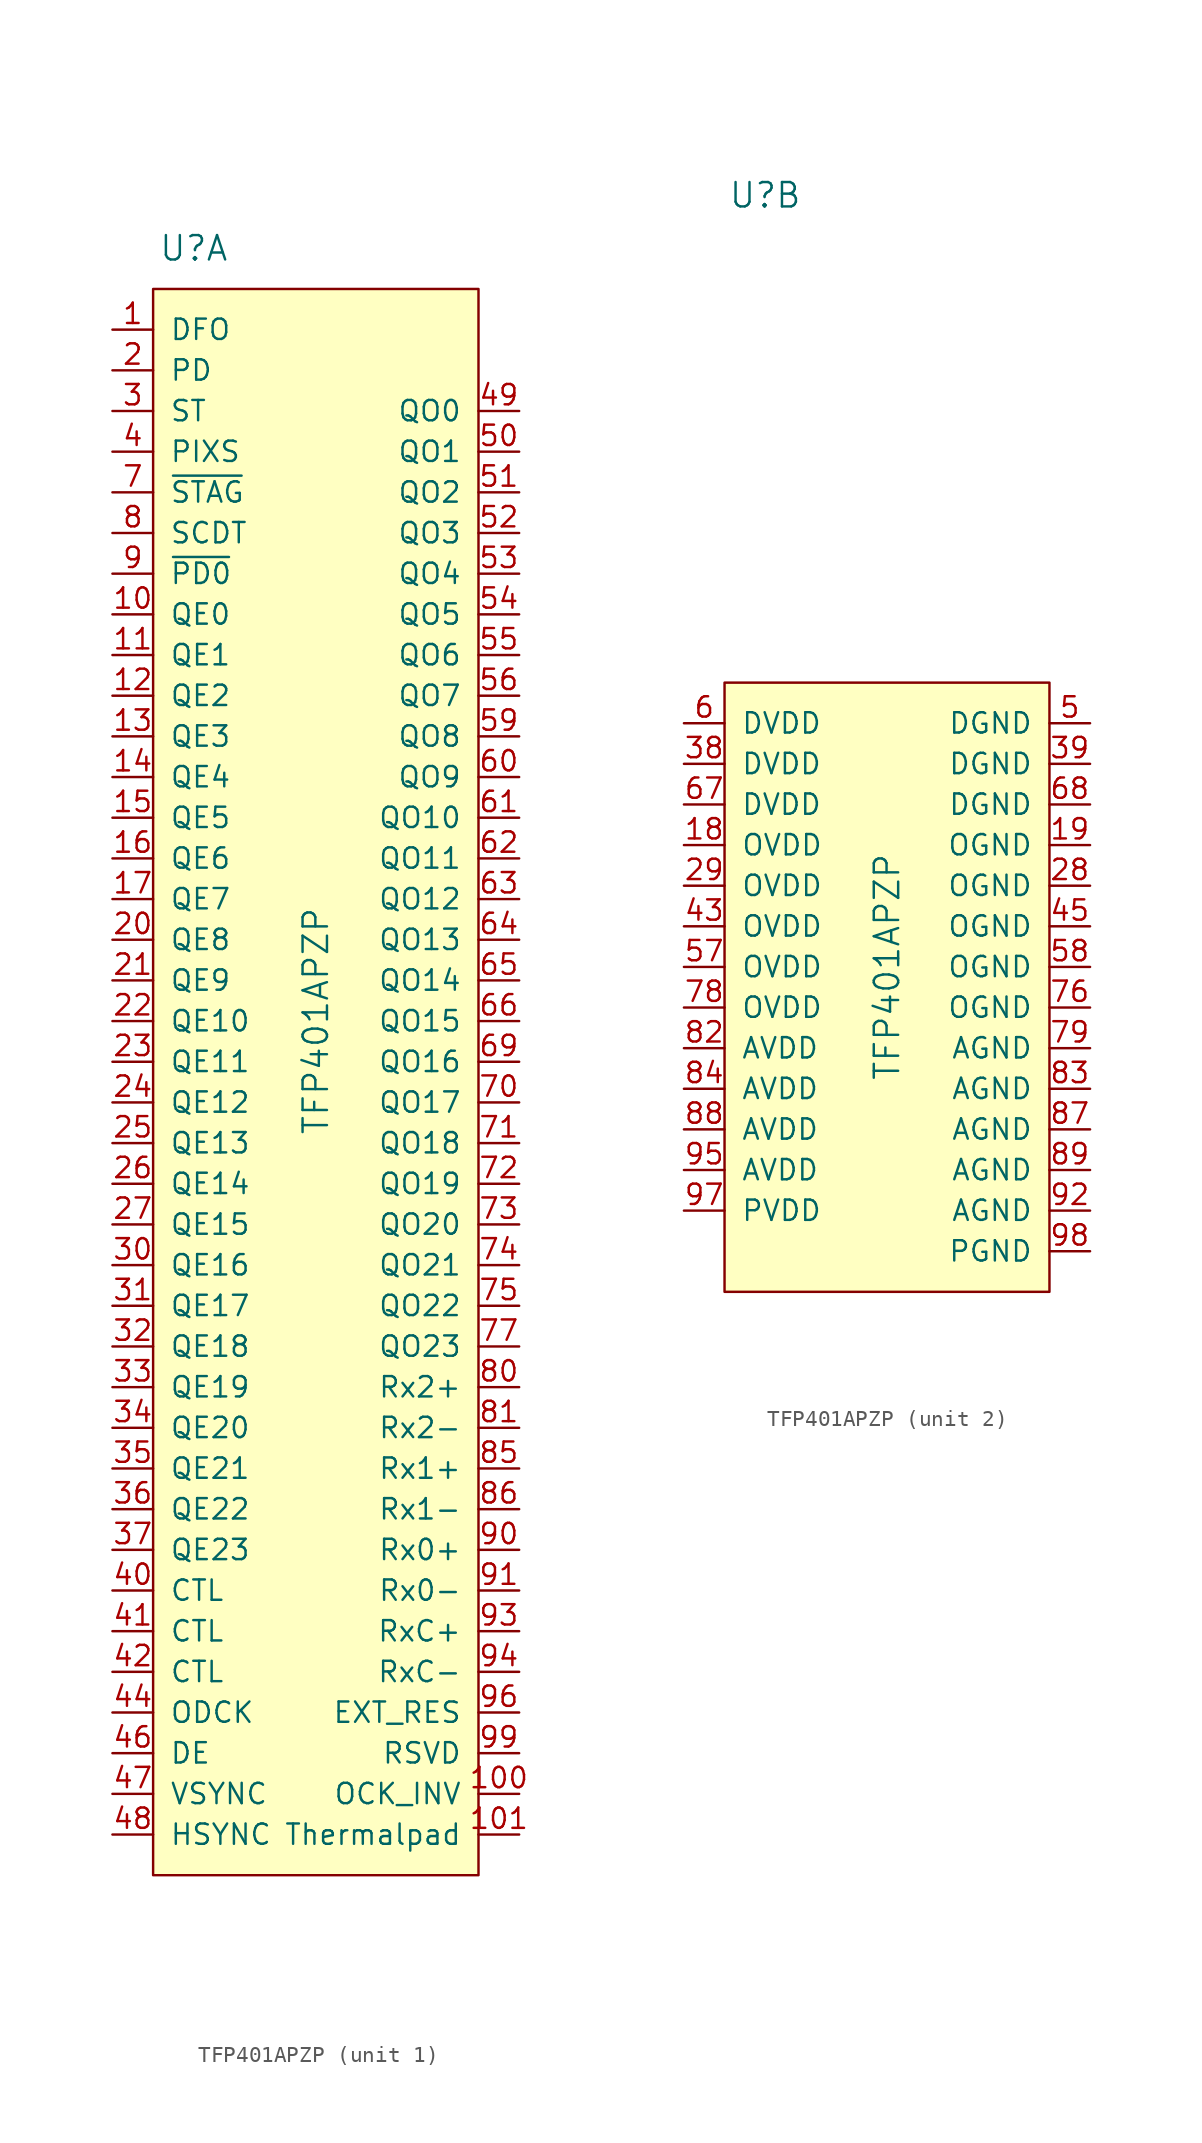
<source format=kicad_sym>
(kicad_symbol_lib
  (version 20201005)
  (generator kicad_symbol_editor)
  (symbol "TFP401APZP"
    (pin_names
      (offset 1.016))
    (property "Reference" "U"
      (at -10.16 48.26 0)
      (effects (font (size 1.524 1.524))))
    (property "Value" "TFP401APZP"
      (at -2.54 0 90)
      (effects (font (size 1.524 1.524))))
    (property "ki_locked" ""
      (at 0 0 0)
      (effects (font (size 1.27 1.27))))
    (symbol "TFP401APZP_1_1"
      (rectangle (start -12.7 45.72) (end 7.62 -53.34) (stroke (width 0)) (fill (type background)))
      (pin input line (at -15.24 43.18 0) (length 2.54) (name "DFO" (effects (font (size 1.27 1.27)))) (number "1" (effects (font (size 1.27 1.27)))))
      (pin input line (at -15.24 40.64 0) (length 2.54) (name "PD" (effects (font (size 1.27 1.27)))) (number "2" (effects (font (size 1.27 1.27)))))
      (pin output line (at -15.24 38.1 0) (length 2.54) (name "ST" (effects (font (size 1.27 1.27)))) (number "3" (effects (font (size 1.27 1.27)))))
      (pin input line (at -15.24 35.56 0) (length 2.54) (name "PIXS" (effects (font (size 1.27 1.27)))) (number "4" (effects (font (size 1.27 1.27)))))
      (pin input line (at -15.24 33.02 0) (length 2.54) (name "~STAG" (effects (font (size 1.27 1.27)))) (number "7" (effects (font (size 1.27 1.27)))))
      (pin output line (at -15.24 30.48 0) (length 2.54) (name "SCDT" (effects (font (size 1.27 1.27)))) (number "8" (effects (font (size 1.27 1.27)))))
      (pin input line (at -15.24 27.94 0) (length 2.54) (name "~PD0" (effects (font (size 1.27 1.27)))) (number "9" (effects (font (size 1.27 1.27)))))
      (pin output line (at -15.24 25.4 0) (length 2.54) (name "QE0" (effects (font (size 1.27 1.27)))) (number "10" (effects (font (size 1.27 1.27)))))
      (pin output line (at -15.24 5.08 0) (length 2.54) (name "QE8" (effects (font (size 1.27 1.27)))) (number "20" (effects (font (size 1.27 1.27)))))
      (pin output line (at -15.24 -15.24 0) (length 2.54) (name "QE16" (effects (font (size 1.27 1.27)))) (number "30" (effects (font (size 1.27 1.27)))))
      (pin output line (at -15.24 -35.56 0) (length 2.54) (name "CTL" (effects (font (size 1.27 1.27)))) (number "40" (effects (font (size 1.27 1.27)))))
      (pin output line (at 10.16 35.56 180) (length 2.54) (name "QO1" (effects (font (size 1.27 1.27)))) (number "50" (effects (font (size 1.27 1.27)))))
      (pin output line (at 10.16 15.24 180) (length 2.54) (name "QO9" (effects (font (size 1.27 1.27)))) (number "60" (effects (font (size 1.27 1.27)))))
      (pin output line (at 10.16 -5.08 180) (length 2.54) (name "QO17" (effects (font (size 1.27 1.27)))) (number "70" (effects (font (size 1.27 1.27)))))
      (pin input line (at 10.16 -22.86 180) (length 2.54) (name "Rx2+" (effects (font (size 1.27 1.27)))) (number "80" (effects (font (size 1.27 1.27)))))
      (pin input line (at 10.16 -33.02 180) (length 2.54) (name "Rx0+" (effects (font (size 1.27 1.27)))) (number "90" (effects (font (size 1.27 1.27)))))
      (pin output line (at -15.24 22.86 0) (length 2.54) (name "QE1" (effects (font (size 1.27 1.27)))) (number "11" (effects (font (size 1.27 1.27)))))
      (pin output line (at -15.24 2.54 0) (length 2.54) (name "QE9" (effects (font (size 1.27 1.27)))) (number "21" (effects (font (size 1.27 1.27)))))
      (pin output line (at -15.24 -17.78 0) (length 2.54) (name "QE17" (effects (font (size 1.27 1.27)))) (number "31" (effects (font (size 1.27 1.27)))))
      (pin output line (at -15.24 -38.1 0) (length 2.54) (name "CTL" (effects (font (size 1.27 1.27)))) (number "41" (effects (font (size 1.27 1.27)))))
      (pin output line (at 10.16 33.02 180) (length 2.54) (name "QO2" (effects (font (size 1.27 1.27)))) (number "51" (effects (font (size 1.27 1.27)))))
      (pin output line (at 10.16 12.7 180) (length 2.54) (name "QO10" (effects (font (size 1.27 1.27)))) (number "61" (effects (font (size 1.27 1.27)))))
      (pin output line (at 10.16 -7.62 180) (length 2.54) (name "QO18" (effects (font (size 1.27 1.27)))) (number "71" (effects (font (size 1.27 1.27)))))
      (pin input line (at 10.16 -25.4 180) (length 2.54) (name "Rx2-" (effects (font (size 1.27 1.27)))) (number "81" (effects (font (size 1.27 1.27)))))
      (pin input line (at 10.16 -35.56 180) (length 2.54) (name "Rx0-" (effects (font (size 1.27 1.27)))) (number "91" (effects (font (size 1.27 1.27)))))
      (pin output line (at -15.24 20.32 0) (length 2.54) (name "QE2" (effects (font (size 1.27 1.27)))) (number "12" (effects (font (size 1.27 1.27)))))
      (pin output line (at -15.24 0 0) (length 2.54) (name "QE10" (effects (font (size 1.27 1.27)))) (number "22" (effects (font (size 1.27 1.27)))))
      (pin output line (at -15.24 -20.32 0) (length 2.54) (name "QE18" (effects (font (size 1.27 1.27)))) (number "32" (effects (font (size 1.27 1.27)))))
      (pin output line (at -15.24 -40.64 0) (length 2.54) (name "CTL" (effects (font (size 1.27 1.27)))) (number "42" (effects (font (size 1.27 1.27)))))
      (pin output line (at 10.16 30.48 180) (length 2.54) (name "QO3" (effects (font (size 1.27 1.27)))) (number "52" (effects (font (size 1.27 1.27)))))
      (pin output line (at 10.16 10.16 180) (length 2.54) (name "QO11" (effects (font (size 1.27 1.27)))) (number "62" (effects (font (size 1.27 1.27)))))
      (pin output line (at 10.16 -10.16 180) (length 2.54) (name "QO19" (effects (font (size 1.27 1.27)))) (number "72" (effects (font (size 1.27 1.27)))))
      (pin output line (at -15.24 17.78 0) (length 2.54) (name "QE3" (effects (font (size 1.27 1.27)))) (number "13" (effects (font (size 1.27 1.27)))))
      (pin output line (at -15.24 -2.54 0) (length 2.54) (name "QE11" (effects (font (size 1.27 1.27)))) (number "23" (effects (font (size 1.27 1.27)))))
      (pin output line (at -15.24 -22.86 0) (length 2.54) (name "QE19" (effects (font (size 1.27 1.27)))) (number "33" (effects (font (size 1.27 1.27)))))
      (pin output line (at 10.16 27.94 180) (length 2.54) (name "QO4" (effects (font (size 1.27 1.27)))) (number "53" (effects (font (size 1.27 1.27)))))
      (pin output line (at 10.16 7.62 180) (length 2.54) (name "QO12" (effects (font (size 1.27 1.27)))) (number "63" (effects (font (size 1.27 1.27)))))
      (pin output line (at 10.16 -12.7 180) (length 2.54) (name "QO20" (effects (font (size 1.27 1.27)))) (number "73" (effects (font (size 1.27 1.27)))))
      (pin input line (at 10.16 -38.1 180) (length 2.54) (name "RxC+" (effects (font (size 1.27 1.27)))) (number "93" (effects (font (size 1.27 1.27)))))
      (pin output line (at -15.24 15.24 0) (length 2.54) (name "QE4" (effects (font (size 1.27 1.27)))) (number "14" (effects (font (size 1.27 1.27)))))
      (pin output line (at -15.24 -5.08 0) (length 2.54) (name "QE12" (effects (font (size 1.27 1.27)))) (number "24" (effects (font (size 1.27 1.27)))))
      (pin output line (at -15.24 -25.4 0) (length 2.54) (name "QE20" (effects (font (size 1.27 1.27)))) (number "34" (effects (font (size 1.27 1.27)))))
      (pin output line (at -15.24 -43.18 0) (length 2.54) (name "ODCK" (effects (font (size 1.27 1.27)))) (number "44" (effects (font (size 1.27 1.27)))))
      (pin output line (at 10.16 25.4 180) (length 2.54) (name "QO5" (effects (font (size 1.27 1.27)))) (number "54" (effects (font (size 1.27 1.27)))))
      (pin output line (at 10.16 5.08 180) (length 2.54) (name "QO13" (effects (font (size 1.27 1.27)))) (number "64" (effects (font (size 1.27 1.27)))))
      (pin output line (at 10.16 -15.24 180) (length 2.54) (name "QO21" (effects (font (size 1.27 1.27)))) (number "74" (effects (font (size 1.27 1.27)))))
      (pin input line (at 10.16 -40.64 180) (length 2.54) (name "RxC-" (effects (font (size 1.27 1.27)))) (number "94" (effects (font (size 1.27 1.27)))))
      (pin output line (at -15.24 12.7 0) (length 2.54) (name "QE5" (effects (font (size 1.27 1.27)))) (number "15" (effects (font (size 1.27 1.27)))))
      (pin output line (at -15.24 -7.62 0) (length 2.54) (name "QE13" (effects (font (size 1.27 1.27)))) (number "25" (effects (font (size 1.27 1.27)))))
      (pin output line (at -15.24 -27.94 0) (length 2.54) (name "QE21" (effects (font (size 1.27 1.27)))) (number "35" (effects (font (size 1.27 1.27)))))
      (pin output line (at 10.16 22.86 180) (length 2.54) (name "QO6" (effects (font (size 1.27 1.27)))) (number "55" (effects (font (size 1.27 1.27)))))
      (pin output line (at 10.16 2.54 180) (length 2.54) (name "QO14" (effects (font (size 1.27 1.27)))) (number "65" (effects (font (size 1.27 1.27)))))
      (pin output line (at 10.16 -17.78 180) (length 2.54) (name "QO22" (effects (font (size 1.27 1.27)))) (number "75" (effects (font (size 1.27 1.27)))))
      (pin input line (at 10.16 -27.94 180) (length 2.54) (name "Rx1+" (effects (font (size 1.27 1.27)))) (number "85" (effects (font (size 1.27 1.27)))))
      (pin output line (at -15.24 10.16 0) (length 2.54) (name "QE6" (effects (font (size 1.27 1.27)))) (number "16" (effects (font (size 1.27 1.27)))))
      (pin output line (at -15.24 -10.16 0) (length 2.54) (name "QE14" (effects (font (size 1.27 1.27)))) (number "26" (effects (font (size 1.27 1.27)))))
      (pin output line (at -15.24 -30.48 0) (length 2.54) (name "QE22" (effects (font (size 1.27 1.27)))) (number "36" (effects (font (size 1.27 1.27)))))
      (pin output line (at -15.24 -45.72 0) (length 2.54) (name "DE" (effects (font (size 1.27 1.27)))) (number "46" (effects (font (size 1.27 1.27)))))
      (pin output line (at 10.16 20.32 180) (length 2.54) (name "QO7" (effects (font (size 1.27 1.27)))) (number "56" (effects (font (size 1.27 1.27)))))
      (pin output line (at 10.16 0 180) (length 2.54) (name "QO15" (effects (font (size 1.27 1.27)))) (number "66" (effects (font (size 1.27 1.27)))))
      (pin input line (at 10.16 -30.48 180) (length 2.54) (name "Rx1-" (effects (font (size 1.27 1.27)))) (number "86" (effects (font (size 1.27 1.27)))))
      (pin passive line (at 10.16 -43.18 180) (length 2.54) (name "EXT_RES" (effects (font (size 1.27 1.27)))) (number "96" (effects (font (size 1.27 1.27)))))
      (pin output line (at -15.24 7.62 0) (length 2.54) (name "QE7" (effects (font (size 1.27 1.27)))) (number "17" (effects (font (size 1.27 1.27)))))
      (pin output line (at -15.24 -12.7 0) (length 2.54) (name "QE15" (effects (font (size 1.27 1.27)))) (number "27" (effects (font (size 1.27 1.27)))))
      (pin output line (at -15.24 -33.02 0) (length 2.54) (name "QE23" (effects (font (size 1.27 1.27)))) (number "37" (effects (font (size 1.27 1.27)))))
      (pin output line (at -15.24 -48.26 0) (length 2.54) (name "VSYNC" (effects (font (size 1.27 1.27)))) (number "47" (effects (font (size 1.27 1.27)))))
      (pin output line (at 10.16 -20.32 180) (length 2.54) (name "QO23" (effects (font (size 1.27 1.27)))) (number "77" (effects (font (size 1.27 1.27)))))
      (pin output line (at -15.24 -50.8 0) (length 2.54) (name "HSYNC" (effects (font (size 1.27 1.27)))) (number "48" (effects (font (size 1.27 1.27)))))
      (pin output line (at 10.16 38.1 180) (length 2.54) (name "QO0" (effects (font (size 1.27 1.27)))) (number "49" (effects (font (size 1.27 1.27)))))
      (pin output line (at 10.16 17.78 180) (length 2.54) (name "QO8" (effects (font (size 1.27 1.27)))) (number "59" (effects (font (size 1.27 1.27)))))
      (pin output line (at 10.16 -2.54 180) (length 2.54) (name "QO16" (effects (font (size 1.27 1.27)))) (number "69" (effects (font (size 1.27 1.27)))))
      (pin input line (at 10.16 -45.72 180) (length 2.54) (name "RSVD" (effects (font (size 1.27 1.27)))) (number "99" (effects (font (size 1.27 1.27)))))
      (pin input line (at 10.16 -48.26 180) (length 2.54) (name "OCK_INV" (effects (font (size 1.27 1.27)))) (number "100" (effects (font (size 1.27 1.27)))))
      (pin passive line (at 10.16 -50.8 180) (length 2.54) (name "Thermalpad" (effects (font (size 1.27 1.27)))) (number "101" (effects (font (size 1.27 1.27))))))
    (symbol "TFP401APZP_2_1"
      (rectangle (start -12.7 17.78) (end 7.62 -20.32) (stroke (width 0)) (fill (type background)))
      (pin power_in line (at 10.16 15.24 180) (length 2.54) (name "DGND" (effects (font (size 1.27 1.27)))) (number "5" (effects (font (size 1.27 1.27)))))
      (pin power_in line (at -15.24 15.24 0) (length 2.54) (name "DVDD" (effects (font (size 1.27 1.27)))) (number "6" (effects (font (size 1.27 1.27)))))
      (pin power_in line (at -15.24 -5.08 0) (length 2.54) (name "AVDD" (effects (font (size 1.27 1.27)))) (number "82" (effects (font (size 1.27 1.27)))))
      (pin power_in line (at 10.16 -15.24 180) (length 2.54) (name "AGND" (effects (font (size 1.27 1.27)))) (number "92" (effects (font (size 1.27 1.27)))))
      (pin power_in line (at -15.24 2.54 0) (length 2.54) (name "OVDD" (effects (font (size 1.27 1.27)))) (number "43" (effects (font (size 1.27 1.27)))))
      (pin power_in line (at 10.16 -7.62 180) (length 2.54) (name "AGND" (effects (font (size 1.27 1.27)))) (number "83" (effects (font (size 1.27 1.27)))))
      (pin power_in line (at -15.24 -7.62 0) (length 2.54) (name "AVDD" (effects (font (size 1.27 1.27)))) (number "84" (effects (font (size 1.27 1.27)))))
      (pin power_in line (at 10.16 2.54 180) (length 2.54) (name "OGND" (effects (font (size 1.27 1.27)))) (number "45" (effects (font (size 1.27 1.27)))))
      (pin power_in line (at -15.24 -12.7 0) (length 2.54) (name "AVDD" (effects (font (size 1.27 1.27)))) (number "95" (effects (font (size 1.27 1.27)))))
      (pin power_in line (at 10.16 -2.54 180) (length 2.54) (name "OGND" (effects (font (size 1.27 1.27)))) (number "76" (effects (font (size 1.27 1.27)))))
      (pin power_in line (at -15.24 0 0) (length 2.54) (name "OVDD" (effects (font (size 1.27 1.27)))) (number "57" (effects (font (size 1.27 1.27)))))
      (pin power_in line (at -15.24 10.16 0) (length 2.54) (name "DVDD" (effects (font (size 1.27 1.27)))) (number "67" (effects (font (size 1.27 1.27)))))
      (pin power_in line (at 10.16 -10.16 180) (length 2.54) (name "AGND" (effects (font (size 1.27 1.27)))) (number "87" (effects (font (size 1.27 1.27)))))
      (pin power_in line (at -15.24 -15.24 0) (length 2.54) (name "PVDD" (effects (font (size 1.27 1.27)))) (number "97" (effects (font (size 1.27 1.27)))))
      (pin power_in line (at -15.24 7.62 0) (length 2.54) (name "OVDD" (effects (font (size 1.27 1.27)))) (number "18" (effects (font (size 1.27 1.27)))))
      (pin power_in line (at 10.16 5.08 180) (length 2.54) (name "OGND" (effects (font (size 1.27 1.27)))) (number "28" (effects (font (size 1.27 1.27)))))
      (pin power_in line (at -15.24 12.7 0) (length 2.54) (name "DVDD" (effects (font (size 1.27 1.27)))) (number "38" (effects (font (size 1.27 1.27)))))
      (pin power_in line (at 10.16 0 180) (length 2.54) (name "OGND" (effects (font (size 1.27 1.27)))) (number "58" (effects (font (size 1.27 1.27)))))
      (pin power_in line (at 10.16 10.16 180) (length 2.54) (name "DGND" (effects (font (size 1.27 1.27)))) (number "68" (effects (font (size 1.27 1.27)))))
      (pin power_in line (at -15.24 -2.54 0) (length 2.54) (name "OVDD" (effects (font (size 1.27 1.27)))) (number "78" (effects (font (size 1.27 1.27)))))
      (pin power_in line (at -15.24 -10.16 0) (length 2.54) (name "AVDD" (effects (font (size 1.27 1.27)))) (number "88" (effects (font (size 1.27 1.27)))))
      (pin power_in line (at 10.16 -17.78 180) (length 2.54) (name "PGND" (effects (font (size 1.27 1.27)))) (number "98" (effects (font (size 1.27 1.27)))))
      (pin power_in line (at 10.16 7.62 180) (length 2.54) (name "OGND" (effects (font (size 1.27 1.27)))) (number "19" (effects (font (size 1.27 1.27)))))
      (pin power_in line (at -15.24 5.08 0) (length 2.54) (name "OVDD" (effects (font (size 1.27 1.27)))) (number "29" (effects (font (size 1.27 1.27)))))
      (pin power_in line (at 10.16 12.7 180) (length 2.54) (name "DGND" (effects (font (size 1.27 1.27)))) (number "39" (effects (font (size 1.27 1.27)))))
      (pin power_in line (at 10.16 -5.08 180) (length 2.54) (name "AGND" (effects (font (size 1.27 1.27)))) (number "79" (effects (font (size 1.27 1.27)))))
      (pin power_in line (at 10.16 -12.7 180) (length 2.54) (name "AGND" (effects (font (size 1.27 1.27)))) (number "89" (effects (font (size 1.27 1.27))))))))
</source>
